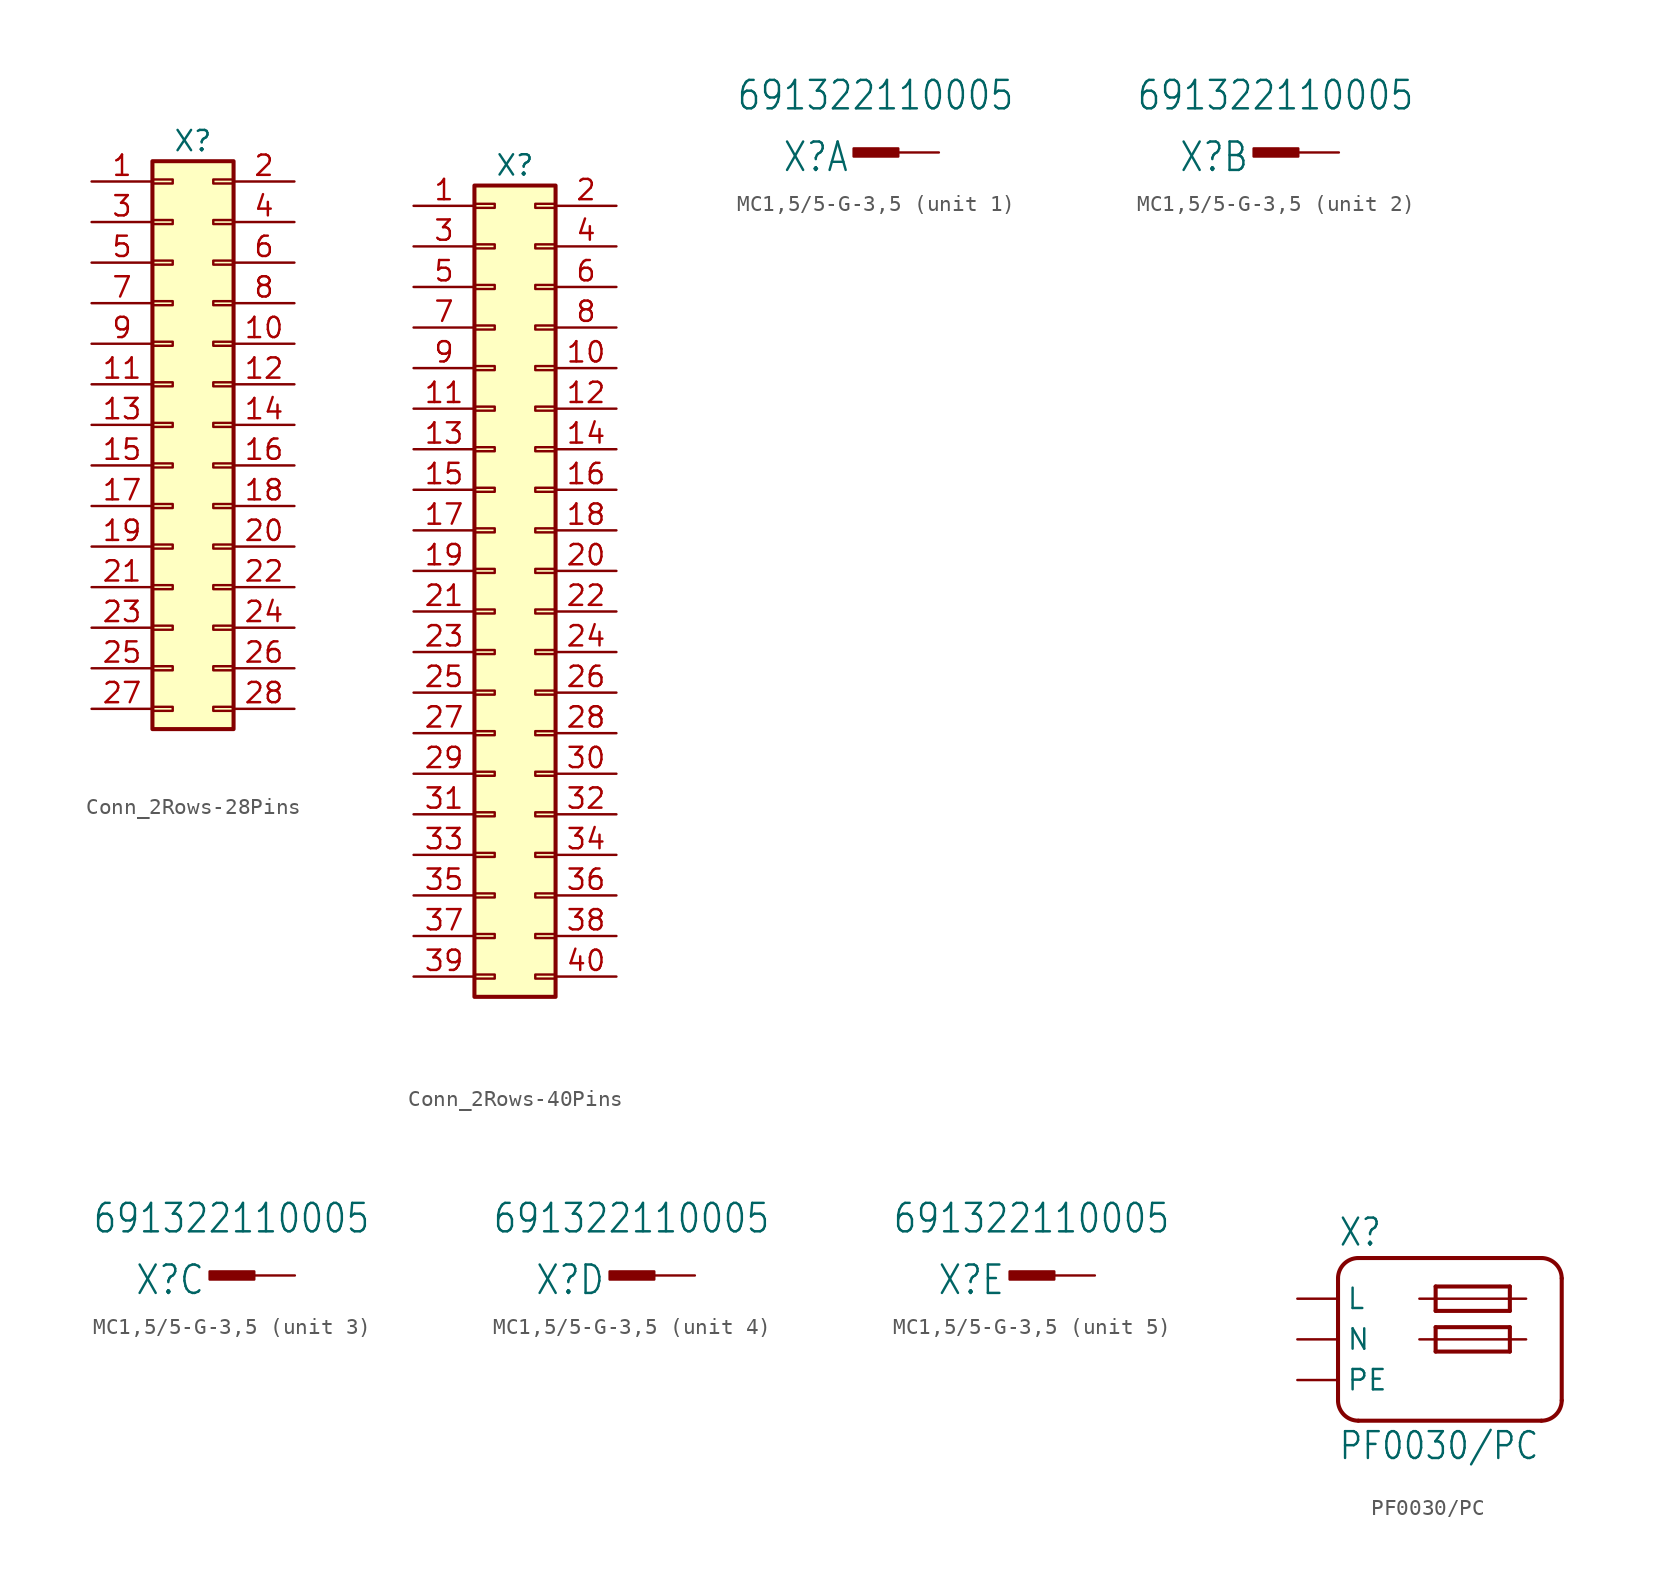
<source format=kicad_sym>
(kicad_symbol_lib
  (version 20220914)
  (generator kicad_symbol_editor)
  (symbol "Conn_2Rows-28Pins"
    (pin_names
      (offset 1.016) hide)
    (property "Reference" "X"
      (at 6.35 2.54 0)
      (effects (font (size 1.27 1.27))))
    (symbol "Conn_2Rows-28Pins_1_1"
      (rectangle (start 3.81 -32.893) (end 5.08 -33.147) (stroke (width 0.152) (type default)) (fill (type none)))
      (rectangle (start 3.81 -30.353) (end 5.08 -30.607) (stroke (width 0.152) (type default)) (fill (type none)))
      (rectangle (start 3.81 -27.813) (end 5.08 -28.067) (stroke (width 0.152) (type default)) (fill (type none)))
      (rectangle (start 3.81 -25.273) (end 5.08 -25.527) (stroke (width 0.152) (type default)) (fill (type none)))
      (rectangle (start 3.81 -22.733) (end 5.08 -22.987) (stroke (width 0.152) (type default)) (fill (type none)))
      (rectangle (start 3.81 -20.193) (end 5.08 -20.447) (stroke (width 0.152) (type default)) (fill (type none)))
      (rectangle (start 3.81 -17.653) (end 5.08 -17.907) (stroke (width 0.152) (type default)) (fill (type none)))
      (rectangle (start 3.81 -15.113) (end 5.08 -15.367) (stroke (width 0.152) (type default)) (fill (type none)))
      (rectangle (start 3.81 -12.573) (end 5.08 -12.827) (stroke (width 0.152) (type default)) (fill (type none)))
      (rectangle (start 3.81 -10.033) (end 5.08 -10.287) (stroke (width 0.152) (type default)) (fill (type none)))
      (rectangle (start 3.81 -7.493) (end 5.08 -7.747) (stroke (width 0.152) (type default)) (fill (type none)))
      (rectangle (start 3.81 -4.953) (end 5.08 -5.207) (stroke (width 0.152) (type default)) (fill (type none)))
      (rectangle (start 3.81 -2.413) (end 5.08 -2.667) (stroke (width 0.152) (type default)) (fill (type none)))
      (rectangle (start 3.81 0.127) (end 5.08 -0.127) (stroke (width 0.152) (type default)) (fill (type none)))
      (rectangle (start 3.81 1.27) (end 8.89 -34.29) (stroke (width 0.254) (type default)) (fill (type background)))
      (rectangle (start 8.89 -32.893) (end 7.62 -33.147) (stroke (width 0.152) (type default)) (fill (type none)))
      (rectangle (start 8.89 -30.353) (end 7.62 -30.607) (stroke (width 0.152) (type default)) (fill (type none)))
      (rectangle (start 8.89 -27.813) (end 7.62 -28.067) (stroke (width 0.152) (type default)) (fill (type none)))
      (rectangle (start 8.89 -25.273) (end 7.62 -25.527) (stroke (width 0.152) (type default)) (fill (type none)))
      (rectangle (start 8.89 -22.733) (end 7.62 -22.987) (stroke (width 0.152) (type default)) (fill (type none)))
      (rectangle (start 8.89 -20.193) (end 7.62 -20.447) (stroke (width 0.152) (type default)) (fill (type none)))
      (rectangle (start 8.89 -17.653) (end 7.62 -17.907) (stroke (width 0.152) (type default)) (fill (type none)))
      (rectangle (start 8.89 -15.113) (end 7.62 -15.367) (stroke (width 0.152) (type default)) (fill (type none)))
      (rectangle (start 8.89 -12.573) (end 7.62 -12.827) (stroke (width 0.152) (type default)) (fill (type none)))
      (rectangle (start 8.89 -10.033) (end 7.62 -10.287) (stroke (width 0.152) (type default)) (fill (type none)))
      (rectangle (start 8.89 -7.493) (end 7.62 -7.747) (stroke (width 0.152) (type default)) (fill (type none)))
      (rectangle (start 8.89 -4.953) (end 7.62 -5.207) (stroke (width 0.152) (type default)) (fill (type none)))
      (rectangle (start 8.89 -2.413) (end 7.62 -2.667) (stroke (width 0.152) (type default)) (fill (type none)))
      (rectangle (start 8.89 0.127) (end 7.62 -0.127) (stroke (width 0.152) (type default)) (fill (type none)))
      (pin passive line (at 0 0 0) (length 3.81) (name "Pin_1" (effects (font (size 1.27 1.27)))) (number "1" (effects (font (size 1.27 1.27)))))
      (pin passive line (at 12.7 -10.16 180) (length 3.81) (name "Pin_10" (effects (font (size 1.27 1.27)))) (number "10" (effects (font (size 1.27 1.27)))))
      (pin passive line (at 0 -12.7 0) (length 3.81) (name "Pin_11" (effects (font (size 1.27 1.27)))) (number "11" (effects (font (size 1.27 1.27)))))
      (pin passive line (at 12.7 -12.7 180) (length 3.81) (name "Pin_12" (effects (font (size 1.27 1.27)))) (number "12" (effects (font (size 1.27 1.27)))))
      (pin passive line (at 0 -15.24 0) (length 3.81) (name "Pin_13" (effects (font (size 1.27 1.27)))) (number "13" (effects (font (size 1.27 1.27)))))
      (pin passive line (at 12.7 -15.24 180) (length 3.81) (name "Pin_14" (effects (font (size 1.27 1.27)))) (number "14" (effects (font (size 1.27 1.27)))))
      (pin passive line (at 0 -17.78 0) (length 3.81) (name "Pin_15" (effects (font (size 1.27 1.27)))) (number "15" (effects (font (size 1.27 1.27)))))
      (pin passive line (at 12.7 -17.78 180) (length 3.81) (name "Pin_16" (effects (font (size 1.27 1.27)))) (number "16" (effects (font (size 1.27 1.27)))))
      (pin passive line (at 0 -20.32 0) (length 3.81) (name "Pin_17" (effects (font (size 1.27 1.27)))) (number "17" (effects (font (size 1.27 1.27)))))
      (pin passive line (at 12.7 -20.32 180) (length 3.81) (name "Pin_18" (effects (font (size 1.27 1.27)))) (number "18" (effects (font (size 1.27 1.27)))))
      (pin passive line (at 0 -22.86 0) (length 3.81) (name "Pin_19" (effects (font (size 1.27 1.27)))) (number "19" (effects (font (size 1.27 1.27)))))
      (pin passive line (at 12.7 0 180) (length 3.81) (name "Pin_2" (effects (font (size 1.27 1.27)))) (number "2" (effects (font (size 1.27 1.27)))))
      (pin passive line (at 12.7 -22.86 180) (length 3.81) (name "Pin_20" (effects (font (size 1.27 1.27)))) (number "20" (effects (font (size 1.27 1.27)))))
      (pin passive line (at 0 -25.4 0) (length 3.81) (name "Pin_21" (effects (font (size 1.27 1.27)))) (number "21" (effects (font (size 1.27 1.27)))))
      (pin passive line (at 12.7 -25.4 180) (length 3.81) (name "Pin_22" (effects (font (size 1.27 1.27)))) (number "22" (effects (font (size 1.27 1.27)))))
      (pin passive line (at 0 -27.94 0) (length 3.81) (name "Pin_23" (effects (font (size 1.27 1.27)))) (number "23" (effects (font (size 1.27 1.27)))))
      (pin passive line (at 12.7 -27.94 180) (length 3.81) (name "Pin_24" (effects (font (size 1.27 1.27)))) (number "24" (effects (font (size 1.27 1.27)))))
      (pin passive line (at 0 -30.48 0) (length 3.81) (name "Pin_25" (effects (font (size 1.27 1.27)))) (number "25" (effects (font (size 1.27 1.27)))))
      (pin passive line (at 12.7 -30.48 180) (length 3.81) (name "Pin_26" (effects (font (size 1.27 1.27)))) (number "26" (effects (font (size 1.27 1.27)))))
      (pin passive line (at 0 -33.02 0) (length 3.81) (name "Pin_27" (effects (font (size 1.27 1.27)))) (number "27" (effects (font (size 1.27 1.27)))))
      (pin passive line (at 12.7 -33.02 180) (length 3.81) (name "Pin_28" (effects (font (size 1.27 1.27)))) (number "28" (effects (font (size 1.27 1.27)))))
      (pin passive line (at 0 -2.54 0) (length 3.81) (name "Pin_3" (effects (font (size 1.27 1.27)))) (number "3" (effects (font (size 1.27 1.27)))))
      (pin passive line (at 12.7 -2.54 180) (length 3.81) (name "Pin_4" (effects (font (size 1.27 1.27)))) (number "4" (effects (font (size 1.27 1.27)))))
      (pin passive line (at 0 -5.08 0) (length 3.81) (name "Pin_5" (effects (font (size 1.27 1.27)))) (number "5" (effects (font (size 1.27 1.27)))))
      (pin passive line (at 12.7 -5.08 180) (length 3.81) (name "Pin_6" (effects (font (size 1.27 1.27)))) (number "6" (effects (font (size 1.27 1.27)))))
      (pin passive line (at 0 -7.62 0) (length 3.81) (name "Pin_7" (effects (font (size 1.27 1.27)))) (number "7" (effects (font (size 1.27 1.27)))))
      (pin passive line (at 12.7 -7.62 180) (length 3.81) (name "Pin_8" (effects (font (size 1.27 1.27)))) (number "8" (effects (font (size 1.27 1.27)))))
      (pin passive line (at 0 -10.16 0) (length 3.81) (name "Pin_9" (effects (font (size 1.27 1.27)))) (number "9" (effects (font (size 1.27 1.27)))))))
  (symbol "Conn_2Rows-40Pins"
    (pin_names
      (offset 1.016) hide)
    (property "Reference" "X"
      (at 1.27 27.94 0)
      (effects (font (size 1.27 1.27))))
    (symbol "Conn_2Rows-40Pins_1_1"
      (rectangle (start -1.27 -22.733) (end 0 -22.987) (stroke (width 0.152) (type default)) (fill (type none)))
      (rectangle (start -1.27 -20.193) (end 0 -20.447) (stroke (width 0.152) (type default)) (fill (type none)))
      (rectangle (start -1.27 -17.653) (end 0 -17.907) (stroke (width 0.152) (type default)) (fill (type none)))
      (rectangle (start -1.27 -15.113) (end 0 -15.367) (stroke (width 0.152) (type default)) (fill (type none)))
      (rectangle (start -1.27 -12.573) (end 0 -12.827) (stroke (width 0.152) (type default)) (fill (type none)))
      (rectangle (start -1.27 -10.033) (end 0 -10.287) (stroke (width 0.152) (type default)) (fill (type none)))
      (rectangle (start -1.27 -7.493) (end 0 -7.747) (stroke (width 0.152) (type default)) (fill (type none)))
      (rectangle (start -1.27 -4.953) (end 0 -5.207) (stroke (width 0.152) (type default)) (fill (type none)))
      (rectangle (start -1.27 -2.413) (end 0 -2.667) (stroke (width 0.152) (type default)) (fill (type none)))
      (rectangle (start -1.27 0.127) (end 0 -0.127) (stroke (width 0.152) (type default)) (fill (type none)))
      (rectangle (start -1.27 2.667) (end 0 2.413) (stroke (width 0.152) (type default)) (fill (type none)))
      (rectangle (start -1.27 5.207) (end 0 4.953) (stroke (width 0.152) (type default)) (fill (type none)))
      (rectangle (start -1.27 7.747) (end 0 7.493) (stroke (width 0.152) (type default)) (fill (type none)))
      (rectangle (start -1.27 10.287) (end 0 10.033) (stroke (width 0.152) (type default)) (fill (type none)))
      (rectangle (start -1.27 12.827) (end 0 12.573) (stroke (width 0.152) (type default)) (fill (type none)))
      (rectangle (start -1.27 15.367) (end 0 15.113) (stroke (width 0.152) (type default)) (fill (type none)))
      (rectangle (start -1.27 17.907) (end 0 17.653) (stroke (width 0.152) (type default)) (fill (type none)))
      (rectangle (start -1.27 20.447) (end 0 20.193) (stroke (width 0.152) (type default)) (fill (type none)))
      (rectangle (start -1.27 22.987) (end 0 22.733) (stroke (width 0.152) (type default)) (fill (type none)))
      (rectangle (start -1.27 25.527) (end 0 25.273) (stroke (width 0.152) (type default)) (fill (type none)))
      (rectangle (start -1.27 26.67) (end 3.81 -24.13) (stroke (width 0.254) (type default)) (fill (type background)))
      (rectangle (start 3.81 -22.733) (end 2.54 -22.987) (stroke (width 0.152) (type default)) (fill (type none)))
      (rectangle (start 3.81 -20.193) (end 2.54 -20.447) (stroke (width 0.152) (type default)) (fill (type none)))
      (rectangle (start 3.81 -17.653) (end 2.54 -17.907) (stroke (width 0.152) (type default)) (fill (type none)))
      (rectangle (start 3.81 -15.113) (end 2.54 -15.367) (stroke (width 0.152) (type default)) (fill (type none)))
      (rectangle (start 3.81 -12.573) (end 2.54 -12.827) (stroke (width 0.152) (type default)) (fill (type none)))
      (rectangle (start 3.81 -10.033) (end 2.54 -10.287) (stroke (width 0.152) (type default)) (fill (type none)))
      (rectangle (start 3.81 -7.493) (end 2.54 -7.747) (stroke (width 0.152) (type default)) (fill (type none)))
      (rectangle (start 3.81 -4.953) (end 2.54 -5.207) (stroke (width 0.152) (type default)) (fill (type none)))
      (rectangle (start 3.81 -2.413) (end 2.54 -2.667) (stroke (width 0.152) (type default)) (fill (type none)))
      (rectangle (start 3.81 0.127) (end 2.54 -0.127) (stroke (width 0.152) (type default)) (fill (type none)))
      (rectangle (start 3.81 2.667) (end 2.54 2.413) (stroke (width 0.152) (type default)) (fill (type none)))
      (rectangle (start 3.81 5.207) (end 2.54 4.953) (stroke (width 0.152) (type default)) (fill (type none)))
      (rectangle (start 3.81 7.747) (end 2.54 7.493) (stroke (width 0.152) (type default)) (fill (type none)))
      (rectangle (start 3.81 10.287) (end 2.54 10.033) (stroke (width 0.152) (type default)) (fill (type none)))
      (rectangle (start 3.81 12.827) (end 2.54 12.573) (stroke (width 0.152) (type default)) (fill (type none)))
      (rectangle (start 3.81 15.367) (end 2.54 15.113) (stroke (width 0.152) (type default)) (fill (type none)))
      (rectangle (start 3.81 17.907) (end 2.54 17.653) (stroke (width 0.152) (type default)) (fill (type none)))
      (rectangle (start 3.81 20.447) (end 2.54 20.193) (stroke (width 0.152) (type default)) (fill (type none)))
      (rectangle (start 3.81 22.987) (end 2.54 22.733) (stroke (width 0.152) (type default)) (fill (type none)))
      (rectangle (start 3.81 25.527) (end 2.54 25.273) (stroke (width 0.152) (type default)) (fill (type none)))
      (pin passive line (at -5.08 25.4 0) (length 3.81) (name "Pin_1" (effects (font (size 1.27 1.27)))) (number "1" (effects (font (size 1.27 1.27)))))
      (pin passive line (at 7.62 15.24 180) (length 3.81) (name "Pin_10" (effects (font (size 1.27 1.27)))) (number "10" (effects (font (size 1.27 1.27)))))
      (pin passive line (at -5.08 12.7 0) (length 3.81) (name "Pin_11" (effects (font (size 1.27 1.27)))) (number "11" (effects (font (size 1.27 1.27)))))
      (pin passive line (at 7.62 12.7 180) (length 3.81) (name "Pin_12" (effects (font (size 1.27 1.27)))) (number "12" (effects (font (size 1.27 1.27)))))
      (pin passive line (at -5.08 10.16 0) (length 3.81) (name "Pin_13" (effects (font (size 1.27 1.27)))) (number "13" (effects (font (size 1.27 1.27)))))
      (pin passive line (at 7.62 10.16 180) (length 3.81) (name "Pin_14" (effects (font (size 1.27 1.27)))) (number "14" (effects (font (size 1.27 1.27)))))
      (pin passive line (at -5.08 7.62 0) (length 3.81) (name "Pin_15" (effects (font (size 1.27 1.27)))) (number "15" (effects (font (size 1.27 1.27)))))
      (pin passive line (at 7.62 7.62 180) (length 3.81) (name "Pin_16" (effects (font (size 1.27 1.27)))) (number "16" (effects (font (size 1.27 1.27)))))
      (pin passive line (at -5.08 5.08 0) (length 3.81) (name "Pin_17" (effects (font (size 1.27 1.27)))) (number "17" (effects (font (size 1.27 1.27)))))
      (pin passive line (at 7.62 5.08 180) (length 3.81) (name "Pin_18" (effects (font (size 1.27 1.27)))) (number "18" (effects (font (size 1.27 1.27)))))
      (pin passive line (at -5.08 2.54 0) (length 3.81) (name "Pin_19" (effects (font (size 1.27 1.27)))) (number "19" (effects (font (size 1.27 1.27)))))
      (pin passive line (at 7.62 25.4 180) (length 3.81) (name "Pin_2" (effects (font (size 1.27 1.27)))) (number "2" (effects (font (size 1.27 1.27)))))
      (pin passive line (at 7.62 2.54 180) (length 3.81) (name "Pin_20" (effects (font (size 1.27 1.27)))) (number "20" (effects (font (size 1.27 1.27)))))
      (pin passive line (at -5.08 0 0) (length 3.81) (name "Pin_21" (effects (font (size 1.27 1.27)))) (number "21" (effects (font (size 1.27 1.27)))))
      (pin passive line (at 7.62 0 180) (length 3.81) (name "Pin_22" (effects (font (size 1.27 1.27)))) (number "22" (effects (font (size 1.27 1.27)))))
      (pin passive line (at -5.08 -2.54 0) (length 3.81) (name "Pin_23" (effects (font (size 1.27 1.27)))) (number "23" (effects (font (size 1.27 1.27)))))
      (pin passive line (at 7.62 -2.54 180) (length 3.81) (name "Pin_24" (effects (font (size 1.27 1.27)))) (number "24" (effects (font (size 1.27 1.27)))))
      (pin passive line (at -5.08 -5.08 0) (length 3.81) (name "Pin_25" (effects (font (size 1.27 1.27)))) (number "25" (effects (font (size 1.27 1.27)))))
      (pin passive line (at 7.62 -5.08 180) (length 3.81) (name "Pin_26" (effects (font (size 1.27 1.27)))) (number "26" (effects (font (size 1.27 1.27)))))
      (pin passive line (at -5.08 -7.62 0) (length 3.81) (name "Pin_27" (effects (font (size 1.27 1.27)))) (number "27" (effects (font (size 1.27 1.27)))))
      (pin passive line (at 7.62 -7.62 180) (length 3.81) (name "Pin_28" (effects (font (size 1.27 1.27)))) (number "28" (effects (font (size 1.27 1.27)))))
      (pin passive line (at -5.08 -10.16 0) (length 3.81) (name "Pin_29" (effects (font (size 1.27 1.27)))) (number "29" (effects (font (size 1.27 1.27)))))
      (pin passive line (at -5.08 22.86 0) (length 3.81) (name "Pin_3" (effects (font (size 1.27 1.27)))) (number "3" (effects (font (size 1.27 1.27)))))
      (pin passive line (at 7.62 -10.16 180) (length 3.81) (name "Pin_30" (effects (font (size 1.27 1.27)))) (number "30" (effects (font (size 1.27 1.27)))))
      (pin passive line (at -5.08 -12.7 0) (length 3.81) (name "Pin_31" (effects (font (size 1.27 1.27)))) (number "31" (effects (font (size 1.27 1.27)))))
      (pin passive line (at 7.62 -12.7 180) (length 3.81) (name "Pin_32" (effects (font (size 1.27 1.27)))) (number "32" (effects (font (size 1.27 1.27)))))
      (pin passive line (at -5.08 -15.24 0) (length 3.81) (name "Pin_33" (effects (font (size 1.27 1.27)))) (number "33" (effects (font (size 1.27 1.27)))))
      (pin passive line (at 7.62 -15.24 180) (length 3.81) (name "Pin_34" (effects (font (size 1.27 1.27)))) (number "34" (effects (font (size 1.27 1.27)))))
      (pin passive line (at -5.08 -17.78 0) (length 3.81) (name "Pin_35" (effects (font (size 1.27 1.27)))) (number "35" (effects (font (size 1.27 1.27)))))
      (pin passive line (at 7.62 -17.78 180) (length 3.81) (name "Pin_36" (effects (font (size 1.27 1.27)))) (number "36" (effects (font (size 1.27 1.27)))))
      (pin passive line (at -5.08 -20.32 0) (length 3.81) (name "Pin_37" (effects (font (size 1.27 1.27)))) (number "37" (effects (font (size 1.27 1.27)))))
      (pin passive line (at 7.62 -20.32 180) (length 3.81) (name "Pin_38" (effects (font (size 1.27 1.27)))) (number "38" (effects (font (size 1.27 1.27)))))
      (pin passive line (at -5.08 -22.86 0) (length 3.81) (name "Pin_39" (effects (font (size 1.27 1.27)))) (number "39" (effects (font (size 1.27 1.27)))))
      (pin passive line (at 7.62 22.86 180) (length 3.81) (name "Pin_4" (effects (font (size 1.27 1.27)))) (number "4" (effects (font (size 1.27 1.27)))))
      (pin passive line (at 7.62 -22.86 180) (length 3.81) (name "Pin_40" (effects (font (size 1.27 1.27)))) (number "40" (effects (font (size 1.27 1.27)))))
      (pin passive line (at -5.08 20.32 0) (length 3.81) (name "Pin_5" (effects (font (size 1.27 1.27)))) (number "5" (effects (font (size 1.27 1.27)))))
      (pin passive line (at 7.62 20.32 180) (length 3.81) (name "Pin_6" (effects (font (size 1.27 1.27)))) (number "6" (effects (font (size 1.27 1.27)))))
      (pin passive line (at -5.08 17.78 0) (length 3.81) (name "Pin_7" (effects (font (size 1.27 1.27)))) (number "7" (effects (font (size 1.27 1.27)))))
      (pin passive line (at 7.62 17.78 180) (length 3.81) (name "Pin_8" (effects (font (size 1.27 1.27)))) (number "8" (effects (font (size 1.27 1.27)))))
      (pin passive line (at -5.08 15.24 0) (length 3.81) (name "Pin_9" (effects (font (size 1.27 1.27)))) (number "9" (effects (font (size 1.27 1.27)))))))
  (symbol "MC1,5/5-G-3,5"
    (property "Reference" "X"
      (at -5.588 0.762 0)
      (effects (font (size 1.778 1.511)) (justify right top)))
    (property "Value" "691322110005"
      (at -12.7 2.54 0)
      (effects (font (size 1.778 1.511)) (justify left bottom)))
    (property "ki_locked" ""
      (at 0 0 0)
      (effects (font (size 1.27 1.27))))
    (symbol "MC1,5/5-G-3,5_1_0"
      (rectangle (start -5.334 0.254) (end -2.54 -0.254) (stroke (width 0) (type default)) (fill (type outline)))
      (pin passive line (at 0 0 180) (length 2.54) (name "1" (effects (font (size 0 0)))) (number "1" (effects (font (size 0 0))))))
    (symbol "MC1,5/5-G-3,5_2_0"
      (rectangle (start -5.334 0.254) (end -2.54 -0.254) (stroke (width 0) (type default)) (fill (type outline)))
      (pin passive line (at 0 0 180) (length 2.54) (name "1" (effects (font (size 0 0)))) (number "2" (effects (font (size 0 0))))))
    (symbol "MC1,5/5-G-3,5_3_0"
      (rectangle (start -5.334 0.254) (end -2.54 -0.254) (stroke (width 0) (type default)) (fill (type outline)))
      (pin passive line (at 0 0 180) (length 2.54) (name "1" (effects (font (size 0 0)))) (number "3" (effects (font (size 0 0))))))
    (symbol "MC1,5/5-G-3,5_4_0"
      (rectangle (start -5.334 0.254) (end -2.54 -0.254) (stroke (width 0) (type default)) (fill (type outline)))
      (pin passive line (at 0 0 180) (length 2.54) (name "1" (effects (font (size 0 0)))) (number "4" (effects (font (size 0 0))))))
    (symbol "MC1,5/5-G-3,5_5_0"
      (rectangle (start -5.334 0.254) (end -2.54 -0.254) (stroke (width 0) (type default)) (fill (type outline)))
      (pin passive line (at 0 0 180) (length 2.54) (name "1" (effects (font (size 0 0)))) (number "5" (effects (font (size 0 0)))))))
  (symbol "PF0030/PC"
    (property "Reference" "X"
      (at 2.54 5.715 0)
      (effects (font (size 1.676 1.425)) (justify left bottom)))
    (property "Value" "PF0030/PC"
      (at 2.54 -7.62 0)
      (effects (font (size 1.676 1.425)) (justify left bottom)))
    (symbol "PF0030/PC_1_0"
      (polyline (pts (xy 2.54 -3.81) (xy 2.54 3.81)) (stroke (width 0.254) (type solid)) (fill (type none)))
      (polyline (pts (xy 3.81 5.08) (xy 15.24 5.08)) (stroke (width 0.254) (type solid)) (fill (type none)))
      (polyline (pts (xy 7.62 0) (xy 14.287 0)) (stroke (width 0.152) (type solid)) (fill (type none)))
      (polyline (pts (xy 7.62 2.54) (xy 14.287 2.54)) (stroke (width 0.152) (type solid)) (fill (type none)))
      (polyline (pts (xy 8.636 -0.762) (xy 13.271 -0.762)) (stroke (width 0.254) (type solid)) (fill (type none)))
      (polyline (pts (xy 8.636 0.762) (xy 8.636 -0.762)) (stroke (width 0.254) (type solid)) (fill (type none)))
      (polyline (pts (xy 8.636 1.778) (xy 13.271 1.778)) (stroke (width 0.254) (type solid)) (fill (type none)))
      (polyline (pts (xy 8.636 3.302) (xy 8.636 1.778)) (stroke (width 0.254) (type solid)) (fill (type none)))
      (polyline (pts (xy 13.271 -0.762) (xy 13.271 0.762)) (stroke (width 0.254) (type solid)) (fill (type none)))
      (polyline (pts (xy 13.271 0.762) (xy 8.636 0.762)) (stroke (width 0.254) (type solid)) (fill (type none)))
      (polyline (pts (xy 13.271 1.778) (xy 13.271 3.302)) (stroke (width 0.254) (type solid)) (fill (type none)))
      (polyline (pts (xy 13.271 3.302) (xy 8.636 3.302)) (stroke (width 0.254) (type solid)) (fill (type none)))
      (polyline (pts (xy 15.24 -5.08) (xy 3.81 -5.08)) (stroke (width 0.254) (type solid)) (fill (type none)))
      (polyline (pts (xy 16.51 3.81) (xy 16.51 -3.81)) (stroke (width 0.254) (type solid)) (fill (type none)))
      (arc (start 2.54 -3.81) (mid 2.912 -4.708) (end 3.81 -5.08) (stroke (width 0.254) (type solid)) (fill (type none)))
      (arc (start 3.81 5.08) (mid 2.912 4.708) (end 2.54 3.81) (stroke (width 0.254) (type solid)) (fill (type none)))
      (arc (start 15.24 -5.08) (mid 16.138 -4.708) (end 16.51 -3.81) (stroke (width 0.254) (type solid)) (fill (type none)))
      (arc (start 16.51 3.81) (mid 16.138 4.708) (end 15.24 5.08) (stroke (width 0.254) (type solid)) (fill (type none)))
      (pin input line (at 0 2.54 0) (length 2.54) (name "L" (effects (font (size 1.27 1.27)))) (number "L" (effects (font (size 0 0)))))
      (pin input line (at 0 0 0) (length 2.54) (name "N" (effects (font (size 1.27 1.27)))) (number "N" (effects (font (size 0 0)))))
      (pin input line (at 0 -2.54 0) (length 2.54) (name "PE" (effects (font (size 1.27 1.27)))) (number "PE" (effects (font (size 0 0))))))))
</source>
